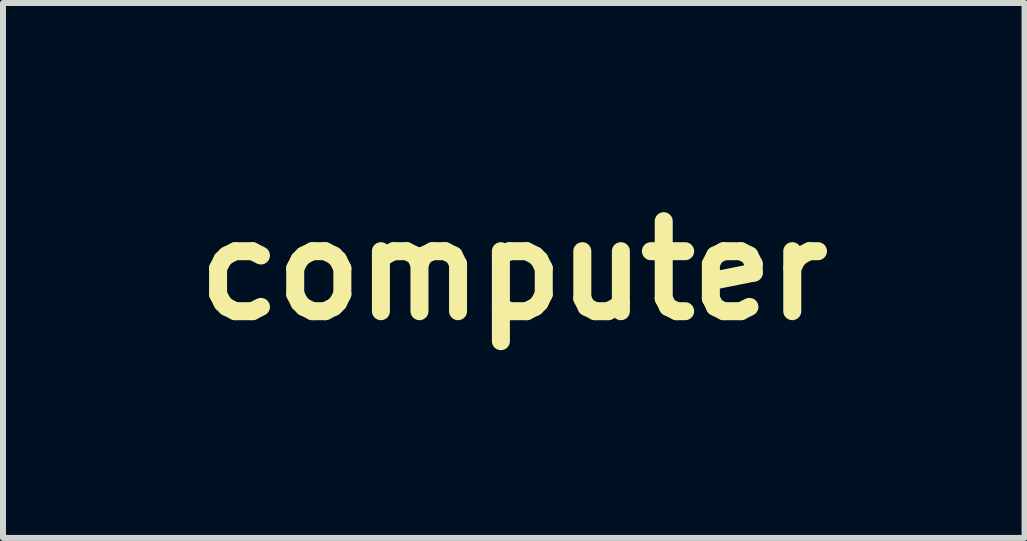
<source format=kicad_pcb>
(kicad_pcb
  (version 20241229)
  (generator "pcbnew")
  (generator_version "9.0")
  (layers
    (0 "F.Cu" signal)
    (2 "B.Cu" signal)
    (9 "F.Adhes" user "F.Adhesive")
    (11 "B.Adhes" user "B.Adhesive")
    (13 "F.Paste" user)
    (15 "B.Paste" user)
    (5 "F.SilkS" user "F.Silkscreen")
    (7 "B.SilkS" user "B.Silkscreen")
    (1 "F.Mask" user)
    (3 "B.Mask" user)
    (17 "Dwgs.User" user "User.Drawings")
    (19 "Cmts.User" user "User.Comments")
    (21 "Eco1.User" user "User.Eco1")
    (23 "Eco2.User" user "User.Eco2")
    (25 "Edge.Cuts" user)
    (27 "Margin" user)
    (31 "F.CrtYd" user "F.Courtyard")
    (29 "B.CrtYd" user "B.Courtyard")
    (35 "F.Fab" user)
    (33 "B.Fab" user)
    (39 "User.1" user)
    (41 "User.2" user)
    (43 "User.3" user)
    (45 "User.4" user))
  (footprint "computer"
    (layer "F.Cu")
    (at 5.514 1.459)
    (property "Reference" "computer" (at 0 0 0) (layer "F.SilkS") (effects (font (size 1.5 1.5) (thickness 0.3))))
    (attr board_only exclude_from_pos_files exclude_from_bom)
    (fp_poly (pts (xy -0.26 0.745) (xy -0.26 0.792) (xy -0.355 0.792) (xy -0.449 0.792) (xy -0.446 0.748) (xy -0.443 0.703) (xy -0.352 0.7) (xy -0.26 0.697)) (stroke (width 0) (type solid)) (fill yes) (layer "F.Mask"))
    (fp_poly (pts (xy -0.122 0.7) (xy -0.016 0.703) (xy -0.012 0.748) (xy -0.009 0.792) (xy -0.119 0.792) (xy -0.229 0.792) (xy -0.229 0.745) (xy -0.229 0.697)) (stroke (width 0) (type solid)) (fill yes) (layer "F.Mask"))
    (fp_poly (pts (xy -0.012 0.867) (xy -0.016 0.912) (xy -0.122 0.915) (xy -0.229 0.918) (xy -0.229 0.87) (xy -0.229 0.823) (xy -0.119 0.823) (xy -0.009 0.823)) (stroke (width 0) (type solid)) (fill yes) (layer "F.Mask"))
    (fp_poly (pts (xy 0.229 0.745) (xy 0.229 0.792) (xy 0.119 0.792) (xy 0.009 0.792) (xy 0.012 0.748) (xy 0.016 0.703) (xy 0.122 0.7) (xy 0.229 0.697)) (stroke (width 0) (type solid)) (fill yes) (layer "F.Mask"))
    (fp_poly (pts (xy -1.204 0.971) (xy -1.214 1.003) (xy -1.223 1.023) (xy -1.235 1.035) (xy -1.255 1.04) (xy -1.288 1.042) (xy -1.333 1.042) (xy -1.437 1.042) (xy -1.418 0.998) (xy -1.399 0.953) (xy -1.298 0.95) (xy -1.196 0.947)) (stroke (width 0) (type solid)) (fill yes) (layer "F.Mask"))
    (fp_poly (pts (xy -0.26 0.87) (xy -0.26 0.917) (xy -0.359 0.917) (xy -0.458 0.917) (xy -0.458 0.886) (xy -0.457 0.858) (xy -0.451 0.839) (xy -0.437 0.829) (xy -0.41 0.824) (xy -0.367 0.823) (xy -0.353 0.823) (xy -0.26 0.823)) (stroke (width 0) (type solid)) (fill yes) (layer "F.Mask"))
    (fp_poly (pts (xy 0.394 0.699) (xy 0.423 0.703) (xy 0.44 0.712) (xy 0.446 0.73) (xy 0.448 0.758) (xy 0.448 0.761) (xy 0.448 0.792) (xy 0.354 0.792) (xy 0.26 0.792) (xy 0.26 0.745) (xy 0.26 0.698) (xy 0.348 0.698)) (stroke (width 0) (type solid)) (fill yes) (layer "F.Mask"))
    (fp_poly (pts (xy 0.401 0.824) (xy 0.431 0.827) (xy 0.449 0.836) (xy 0.456 0.852) (xy 0.458 0.878) (xy 0.458 0.886) (xy 0.458 0.917) (xy 0.359 0.917) (xy 0.26 0.917) (xy 0.26 0.87) (xy 0.26 0.823) (xy 0.353 0.823)) (stroke (width 0) (type solid)) (fill yes) (layer "F.Mask"))
    (fp_poly (pts (xy 1.093 0.731) (xy 1.102 0.759) (xy 1.103 0.776) (xy 1.094 0.786) (xy 1.07 0.791) (xy 1.03 0.792) (xy 1.012 0.792) (xy 0.92 0.792) (xy 0.91 0.745) (xy 0.899 0.698) (xy 0.99 0.698) (xy 1.081 0.698)) (stroke (width 0) (type solid)) (fill yes) (layer "F.Mask"))
    (fp_poly (pts (xy 1.135 0.856) (xy 1.143 0.883) (xy 1.145 0.901) (xy 1.136 0.911) (xy 1.114 0.915) (xy 1.075 0.917) (xy 1.049 0.917) (xy 0.952 0.917) (xy 0.941 0.87) (xy 0.93 0.823) (xy 1.027 0.823) (xy 1.123 0.823)) (stroke (width 0) (type solid)) (fill yes) (layer "F.Mask"))
    (fp_poly (pts (xy 1.176 0.981) (xy 1.185 1.008) (xy 1.187 1.025) (xy 1.178 1.035) (xy 1.157 1.04) (xy 1.12 1.042) (xy 1.085 1.042) (xy 0.983 1.042) (xy 0.972 0.995) (xy 0.961 0.948) (xy 1.063 0.948) (xy 1.165 0.948)) (stroke (width 0) (type solid)) (fill yes) (layer "F.Mask"))
    (fp_poly (pts (xy -1.448 0.992) (xy -1.468 1.037) (xy -1.573 1.04) (xy -1.616 1.04) (xy -1.651 1.04) (xy -1.673 1.038) (xy -1.677 1.037) (xy -1.673 1.024) (xy -1.662 1.001) (xy -1.656 0.989) (xy -1.635 0.948) (xy -1.532 0.948) (xy -1.428 0.948)) (stroke (width 0) (type solid)) (fill yes) (layer "F.Mask"))
    (fp_poly (pts (xy -1.396 0.867) (xy -1.416 0.912) (xy -1.515 0.915) (xy -1.558 0.915) (xy -1.591 0.915) (xy -1.611 0.913) (xy -1.615 0.912) (xy -1.611 0.899) (xy -1.6 0.876) (xy -1.594 0.864) (xy -1.573 0.823) (xy -1.474 0.823) (xy -1.376 0.823)) (stroke (width 0) (type solid)) (fill yes) (layer "F.Mask"))
    (fp_poly (pts (xy -0.941 0.87) (xy -0.952 0.917) (xy -1.049 0.917) (xy -1.097 0.916) (xy -1.127 0.914) (xy -1.142 0.909) (xy -1.146 0.903) (xy -1.143 0.884) (xy -1.135 0.857) (xy -1.135 0.856) (xy -1.123 0.823) (xy -1.027 0.823) (xy -0.93 0.823)) (stroke (width 0) (type solid)) (fill yes) (layer "F.Mask"))
    (fp_poly (pts (xy -0.91 0.745) (xy -0.92 0.792) (xy -1.012 0.792) (xy -1.059 0.791) (xy -1.087 0.788) (xy -1.102 0.783) (xy -1.104 0.778) (xy -1.101 0.759) (xy -1.093 0.732) (xy -1.093 0.731) (xy -1.081 0.698) (xy -0.99 0.698) (xy -0.899 0.698)) (stroke (width 0) (type solid)) (fill yes) (layer "F.Mask"))
    (fp_poly (pts (xy 0.229 0.87) (xy 0.229 0.917) (xy 0.127 0.917) (xy 0.082 0.916) (xy 0.046 0.914) (xy 0.023 0.912) (xy 0.017 0.91) (xy 0.013 0.896) (xy 0.011 0.87) (xy 0.01 0.863) (xy 0.01 0.823) (xy 0.12 0.823) (xy 0.229 0.823)) (stroke (width 0) (type solid)) (fill yes) (layer "F.Mask"))
    (fp_poly (pts (xy -0.972 0.995) (xy -0.983 1.042) (xy -1.085 1.042) (xy -1.135 1.041) (xy -1.166 1.039) (xy -1.183 1.035) (xy -1.188 1.028) (xy -1.188 1.028) (xy -1.184 1.009) (xy -1.177 0.982) (xy -1.176 0.981) (xy -1.165 0.948) (xy -1.063 0.948) (xy -0.961 0.948)) (stroke (width 0) (type solid)) (fill yes) (layer "F.Mask"))
    (fp_poly (pts (xy 1.298 0.95) (xy 1.399 0.953) (xy 1.418 0.998) (xy 1.437 1.042) (xy 1.333 1.042) (xy 1.285 1.042) (xy 1.255 1.04) (xy 1.236 1.037) (xy 1.226 1.03) (xy 1.221 1.02) (xy 1.22 1.018) (xy 1.209 0.988) (xy 1.204 0.971) (xy 1.196 0.947)) (stroke (width 0) (type solid)) (fill yes) (layer "F.Mask"))
    (fp_poly (pts (xy 1.178 0.699) (xy 1.204 0.7) (xy 1.295 0.703) (xy 1.314 0.748) (xy 1.333 0.792) (xy 1.239 0.792) (xy 1.194 0.791) (xy 1.166 0.79) (xy 1.15 0.785) (xy 1.141 0.778) (xy 1.137 0.768) (xy 1.124 0.734) (xy 1.119 0.713) (xy 1.124 0.703) (xy 1.143 0.699)) (stroke (width 0) (type solid)) (fill yes) (layer "F.Mask"))
    (fp_poly (pts (xy 1.217 0.824) (xy 1.251 0.825) (xy 1.347 0.828) (xy 1.366 0.873) (xy 1.385 0.917) (xy 1.286 0.917) (xy 1.24 0.916) (xy 1.21 0.915) (xy 1.193 0.911) (xy 1.184 0.904) (xy 1.178 0.893) (xy 1.166 0.86) (xy 1.161 0.839) (xy 1.165 0.828) (xy 1.183 0.824)) (stroke (width 0) (type solid)) (fill yes) (layer "F.Mask"))
    (fp_poly (pts (xy -1.178 0.824) (xy -1.164 0.827) (xy -1.159 0.833) (xy -1.161 0.843) (xy -1.162 0.846) (xy -1.172 0.878) (xy -1.182 0.899) (xy -1.194 0.911) (xy -1.215 0.916) (xy -1.249 0.917) (xy -1.286 0.917) (xy -1.385 0.917) (xy -1.366 0.873) (xy -1.347 0.828) (xy -1.251 0.825) (xy -1.206 0.824)) (stroke (width 0) (type solid)) (fill yes) (layer "F.Mask"))
    (fp_poly (pts (xy -1.134 0.699) (xy -1.121 0.702) (xy -1.118 0.709) (xy -1.12 0.72) (xy -1.121 0.721) (xy -1.131 0.754) (xy -1.14 0.775) (xy -1.154 0.786) (xy -1.175 0.791) (xy -1.21 0.792) (xy -1.239 0.792) (xy -1.333 0.792) (xy -1.314 0.748) (xy -1.295 0.703) (xy -1.204 0.7) (xy -1.161 0.699)) (stroke (width 0) (type solid)) (fill yes) (layer "F.Mask"))
    (fp_poly (pts (xy -0.692 0.731) (xy -0.696 0.758) (xy -0.698 0.777) (xy -0.703 0.785) (xy -0.719 0.789) (xy -0.75 0.791) (xy -0.793 0.792) (xy -0.888 0.792) (xy -0.881 0.753) (xy -0.875 0.725) (xy -0.869 0.708) (xy -0.868 0.706) (xy -0.856 0.702) (xy -0.829 0.7) (xy -0.791 0.698) (xy -0.774 0.698) (xy -0.685 0.698)) (stroke (width 0) (type solid)) (fill yes) (layer "F.Mask"))
    (fp_poly (pts (xy 0.815 0.699) (xy 0.847 0.701) (xy 0.866 0.704) (xy 0.868 0.706) (xy 0.873 0.721) (xy 0.879 0.747) (xy 0.881 0.753) (xy 0.888 0.792) (xy 0.793 0.792) (xy 0.746 0.791) (xy 0.717 0.789) (xy 0.702 0.784) (xy 0.698 0.777) (xy 0.696 0.757) (xy 0.692 0.731) (xy 0.685 0.698) (xy 0.774 0.698)) (stroke (width 0) (type solid)) (fill yes) (layer "F.Mask"))
    (fp_poly (pts (xy -1.382 0.699) (xy -1.351 0.702) (xy -1.335 0.706) (xy -1.334 0.707) (xy -1.337 0.722) (xy -1.347 0.747) (xy -1.349 0.754) (xy -1.365 0.792) (xy -1.459 0.792) (xy -1.5 0.791) (xy -1.532 0.79) (xy -1.55 0.787) (xy -1.552 0.786) (xy -1.548 0.774) (xy -1.537 0.751) (xy -1.531 0.739) (xy -1.51 0.698) (xy -1.422 0.698)) (stroke (width 0) (type solid)) (fill yes) (layer "F.Mask"))
    (fp_poly (pts (xy -0.733 0.981) (xy -0.738 1.008) (xy -0.74 1.028) (xy -0.744 1.034) (xy -0.76 1.039) (xy -0.79 1.041) (xy -0.837 1.042) (xy -0.845 1.042) (xy -0.95 1.042) (xy -0.943 1.003) (xy -0.937 0.975) (xy -0.932 0.958) (xy -0.931 0.956) (xy -0.919 0.953) (xy -0.891 0.95) (xy -0.852 0.948) (xy -0.826 0.948) (xy -0.727 0.948)) (stroke (width 0) (type solid)) (fill yes) (layer "F.Mask"))
    (fp_poly (pts (xy -0.712 0.856) (xy -0.717 0.883) (xy -0.719 0.902) (xy -0.724 0.909) (xy -0.74 0.914) (xy -0.77 0.916) (xy -0.818 0.917) (xy -0.819 0.917) (xy -0.919 0.917) (xy -0.912 0.878) (xy -0.906 0.85) (xy -0.9 0.833) (xy -0.9 0.831) (xy -0.888 0.827) (xy -0.86 0.825) (xy -0.821 0.823) (xy -0.8 0.823) (xy -0.706 0.823)) (stroke (width 0) (type solid)) (fill yes) (layer "F.Mask"))
    (fp_poly (pts (xy 0.842 0.824) (xy 0.876 0.826) (xy 0.896 0.829) (xy 0.9 0.831) (xy 0.905 0.846) (xy 0.911 0.872) (xy 0.912 0.878) (xy 0.919 0.917) (xy 0.819 0.917) (xy 0.771 0.916) (xy 0.74 0.914) (xy 0.724 0.91) (xy 0.719 0.903) (xy 0.719 0.902) (xy 0.717 0.882) (xy 0.712 0.856) (xy 0.706 0.823) (xy 0.8 0.823)) (stroke (width 0) (type solid)) (fill yes) (layer "F.Mask"))
    (fp_poly (pts (xy 0.87 0.949) (xy 0.905 0.951) (xy 0.926 0.954) (xy 0.931 0.956) (xy 0.936 0.971) (xy 0.942 0.997) (xy 0.943 1.003) (xy 0.95 1.042) (xy 0.845 1.042) (xy 0.795 1.041) (xy 0.763 1.039) (xy 0.746 1.035) (xy 0.74 1.029) (xy 0.74 1.028) (xy 0.738 1.008) (xy 0.733 0.981) (xy 0.727 0.948) (xy 0.826 0.948)) (stroke (width 0) (type solid)) (fill yes) (layer "F.Mask"))
    (fp_poly (pts (xy 1.531 0.739) (xy 1.544 0.765) (xy 1.552 0.783) (xy 1.552 0.786) (xy 1.543 0.789) (xy 1.517 0.791) (xy 1.48 0.792) (xy 1.459 0.792) (xy 1.365 0.792) (xy 1.349 0.754) (xy 1.339 0.728) (xy 1.334 0.709) (xy 1.334 0.707) (xy 1.343 0.703) (xy 1.369 0.7) (xy 1.406 0.698) (xy 1.422 0.698) (xy 1.51 0.698)) (stroke (width 0) (type solid)) (fill yes) (layer "F.Mask"))
    (fp_poly (pts (xy -0.516 0.698) (xy -0.489 0.7) (xy -0.475 0.703) (xy -0.471 0.709) (xy -0.472 0.72) (xy -0.473 0.721) (xy -0.478 0.752) (xy -0.479 0.768) (xy -0.48 0.779) (xy -0.486 0.786) (xy -0.501 0.79) (xy -0.529 0.792) (xy -0.573 0.792) (xy -0.62 0.791) (xy -0.649 0.789) (xy -0.663 0.784) (xy -0.667 0.777) (xy -0.665 0.757) (xy -0.66 0.731) (xy -0.654 0.698) (xy -0.56 0.698)) (stroke (width 0) (type solid)) (fill yes) (layer "F.Mask"))
    (fp_poly (pts (xy 0.66 0.731) (xy 0.665 0.759) (xy 0.665 0.777) (xy 0.656 0.787) (xy 0.634 0.791) (xy 0.596 0.792) (xy 0.573 0.792) (xy 0.529 0.792) (xy 0.501 0.79) (xy 0.486 0.786) (xy 0.48 0.779) (xy 0.479 0.768) (xy 0.476 0.738) (xy 0.473 0.721) (xy 0.471 0.71) (xy 0.474 0.703) (xy 0.487 0.7) (xy 0.512 0.698) (xy 0.554 0.698) (xy 0.56 0.698) (xy 0.654 0.698)) (stroke (width 0) (type solid)) (fill yes) (layer "F.Mask"))
    (fp_poly (pts (xy -0.53 0.823) (xy -0.501 0.824) (xy -0.486 0.828) (xy -0.481 0.833) (xy -0.482 0.843) (xy -0.483 0.846) (xy -0.488 0.877) (xy -0.49 0.893) (xy -0.491 0.904) (xy -0.496 0.911) (xy -0.511 0.915) (xy -0.537 0.916) (xy -0.58 0.917) (xy -0.589 0.917) (xy -0.637 0.916) (xy -0.667 0.914) (xy -0.683 0.909) (xy -0.688 0.902) (xy -0.686 0.882) (xy -0.681 0.856) (xy -0.675 0.823) (xy -0.576 0.823)) (stroke (width 0) (type solid)) (fill yes) (layer "F.Mask"))
    (fp_poly (pts (xy 0.681 0.856) (xy 0.686 0.883) (xy 0.686 0.901) (xy 0.677 0.911) (xy 0.656 0.916) (xy 0.62 0.917) (xy 0.589 0.917) (xy 0.543 0.917) (xy 0.514 0.915) (xy 0.498 0.912) (xy 0.491 0.906) (xy 0.49 0.895) (xy 0.49 0.893) (xy 0.487 0.863) (xy 0.483 0.846) (xy 0.481 0.836) (xy 0.484 0.829) (xy 0.496 0.825) (xy 0.521 0.823) (xy 0.562 0.823) (xy 0.576 0.823) (xy 0.675 0.823)) (stroke (width 0) (type solid)) (fill yes) (layer "F.Mask"))
    (fp_poly (pts (xy 0.702 0.981) (xy 0.707 1.008) (xy 0.707 1.026) (xy 0.699 1.036) (xy 0.678 1.04) (xy 0.643 1.042) (xy 0.604 1.042) (xy 0.557 1.042) (xy 0.527 1.04) (xy 0.51 1.037) (xy 0.502 1.032) (xy 0.5 1.022) (xy 0.5 1.018) (xy 0.497 0.988) (xy 0.494 0.972) (xy 0.491 0.961) (xy 0.494 0.954) (xy 0.506 0.95) (xy 0.53 0.949) (xy 0.57 0.948) (xy 0.591 0.948) (xy 0.695 0.948)) (stroke (width 0) (type solid)) (fill yes) (layer "F.Mask"))
    (fp_poly (pts (xy -0.544 0.948) (xy -0.514 0.949) (xy -0.498 0.952) (xy -0.492 0.958) (xy -0.492 0.967) (xy -0.494 0.972) (xy -0.499 1.002) (xy -0.5 1.018) (xy -0.501 1.029) (xy -0.506 1.036) (xy -0.52 1.04) (xy -0.546 1.041) (xy -0.588 1.042) (xy -0.604 1.042) (xy -0.654 1.041) (xy -0.686 1.039) (xy -0.703 1.035) (xy -0.708 1.028) (xy -0.708 1.028) (xy -0.706 1.008) (xy -0.702 0.981) (xy -0.695 0.948) (xy -0.591 0.948)) (stroke (width 0) (type solid)) (fill yes) (layer "F.Mask"))
    (fp_poly (pts (xy 1.571 -1.423) (xy 1.61 -1.387) (xy 1.612 -0.428) (xy 1.615 0.531) (xy 0 0.531) (xy -1.615 0.531) (xy -1.612 -0.428) (xy -1.612 -0.464) (xy -1.49 -0.464) (xy -1.49 0.406) (xy 0 0.406) (xy 1.49 0.406) (xy 1.49 -0.464) (xy 1.49 -1.334) (xy 0 -1.334) (xy -1.49 -1.334) (xy -1.49 -0.464) (xy -1.612 -0.464) (xy -1.61 -1.387) (xy -1.571 -1.423) (xy -1.532 -1.459) (xy 0 -1.459) (xy 1.532 -1.459)) (stroke (width 0) (type solid)) (fill yes) (layer "F.Mask"))
    (fp_poly (pts (xy 1.594 0.864) (xy 1.607 0.89) (xy 1.614 0.908) (xy 1.615 0.911) (xy 1.605 0.914) (xy 1.579 0.916) (xy 1.541 0.917) (xy 1.516 0.917) (xy 1.47 0.917) (xy 1.44 0.915) (xy 1.423 0.911) (xy 1.413 0.904) (xy 1.407 0.893) (xy 1.406 0.89) (xy 1.394 0.862) (xy 1.385 0.843) (xy 1.381 0.834) (xy 1.384 0.828) (xy 1.397 0.825) (xy 1.424 0.823) (xy 1.467 0.823) (xy 1.474 0.823) (xy 1.573 0.823)) (stroke (width 0) (type solid)) (fill yes) (layer "F.Mask"))
    (fp_poly (pts (xy 1.656 0.989) (xy 1.669 1.015) (xy 1.677 1.033) (xy 1.677 1.036) (xy 1.668 1.039) (xy 1.642 1.04) (xy 1.603 1.042) (xy 1.573 1.042) (xy 1.525 1.042) (xy 1.495 1.04) (xy 1.476 1.037) (xy 1.466 1.031) (xy 1.46 1.02) (xy 1.458 1.015) (xy 1.446 0.987) (xy 1.437 0.968) (xy 1.434 0.959) (xy 1.436 0.953) (xy 1.449 0.95) (xy 1.475 0.948) (xy 1.517 0.948) (xy 1.531 0.948) (xy 1.635 0.948)) (stroke (width 0) (type solid)) (fill yes) (layer "F.Mask"))
    (fp_poly (pts (xy -0.047 0.948) (xy 0 0.948) (xy 0.111 0.948) (xy 0.203 0.948) (xy 0.278 0.948) (xy 0.338 0.949) (xy 0.383 0.951) (xy 0.417 0.954) (xy 0.441 0.958) (xy 0.456 0.963) (xy 0.465 0.97) (xy 0.468 0.98) (xy 0.469 0.991) (xy 0.469 1.005) (xy 0.469 1.011) (xy 0.469 1.042) (xy 0 1.042) (xy -0.469 1.042) (xy -0.469 1.011) (xy -0.469 0.996) (xy -0.469 0.984) (xy -0.467 0.974) (xy -0.46 0.966) (xy -0.448 0.96) (xy -0.428 0.955) (xy -0.398 0.952) (xy -0.358 0.95) (xy -0.304 0.949) (xy -0.235 0.948) (xy -0.151 0.948)) (stroke (width 0) (type solid)) (fill yes) (layer "F.Mask"))
    (fp_poly (pts (xy 1.803 0.971) (xy 1.851 1.066) (xy 1.89 1.145) (xy 1.921 1.208) (xy 1.945 1.258) (xy 1.962 1.298) (xy 1.974 1.327) (xy 1.982 1.35) (xy 1.986 1.366) (xy 1.987 1.379) (xy 1.986 1.385) (xy 1.976 1.416) (xy 1.959 1.439) (xy 1.958 1.44) (xy 1.954 1.443) (xy 1.949 1.445) (xy 1.941 1.446) (xy 1.928 1.448) (xy 1.912 1.45) (xy 1.89 1.451) (xy 1.861 1.452) (xy 1.825 1.453) (xy 1.781 1.454) (xy 1.728 1.455) (xy 1.665 1.456) (xy 1.591 1.456) (xy 1.506 1.457) (xy 1.407 1.457) (xy 1.296 1.458) (xy 1.169 1.458) (xy 1.028 1.458) (xy 0.87 1.458) (xy 0.696 1.458) (xy 0.503 1.459) (xy 0.292 1.459) (xy 0.061 1.459) (xy 0 1.459) (xy -0.236 1.459) (xy -0.452 1.459) (xy -0.65 1.458) (xy -0.829 1.458) (xy -0.99 1.458) (xy -1.136 1.458) (xy -1.266 1.458) (xy -1.381 1.457) (xy -1.482 1.457) (xy -1.571 1.457) (xy -1.648 1.456) (xy -1.713 1.455) (xy -1.769 1.455) (xy -1.815 1.454) (xy -1.853 1.453) (xy -1.883 1.451) (xy -1.907 1.45) (xy -1.925 1.449) (xy -1.938 1.447) (xy -1.947 1.445) (xy -1.953 1.443) (xy -1.957 1.441) (xy -1.958 1.44) (xy -1.975 1.418) (xy -1.986 1.387) (xy -1.986 1.385) (xy -1.987 1.374) (xy -1.985 1.36) (xy -1.98 1.342) (xy -1.97 1.317) (xy -1.956 1.283) (xy -1.955 1.28) (xy -0.487 1.28) (xy -0.486 1.287) (xy -0.482 1.29) (xy -0.474 1.294) (xy -0.459 1.296) (xy -0.436 1.298) (xy -0.402 1.299) (xy -0.357 1.3) (xy -0.298 1.301) (xy -0.223 1.301) (xy -0.132 1.3) (xy -0.022 1.3) (xy 0.002 1.3) (xy 0.484 1.297) (xy 0.482 1.235) (xy 0.478 1.197) (xy 0.471 1.163) (xy 0.466 1.147) (xy 0.453 1.12) (xy 0.004 1.117) (xy -0.107 1.117) (xy -0.199 1.116) (xy -0.274 1.117) (xy -0.333 1.117) (xy -0.379 1.118) (xy -0.412 1.12) (xy -0.435 1.122) (xy -0.449 1.125) (xy -0.456 1.128) (xy -0.457 1.129) (xy -0.466 1.148) (xy -0.475 1.181) (xy -0.482 1.218) (xy -0.487 1.254) (xy -0.487 1.28) (xy -1.955 1.28) (xy -1.936 1.24) (xy -1.909 1.184) (xy -1.875 1.115) (xy -1.846 1.057) (xy -1.719 1.057) (xy -1.717 1.059) (xy -1.712 1.061) (xy -1.701 1.063) (xy -1.685 1.064) (xy -1.662 1.066) (xy -1.632 1.067) (xy -1.593 1.068) (xy -1.545 1.069) (xy -1.487 1.07) (xy -1.417 1.071) (xy -1.335 1.071) (xy -1.24 1.072) (xy -1.132 1.072) (xy -1.008 1.072) (xy -0.869 1.073) (xy -0.713 1.073) (xy -0.539 1.073) (xy -0.347 1.073) (xy -0.136 1.073) (xy 0 1.073) (xy 0.223 1.073) (xy 0.427 1.073) (xy 0.611 1.073) (xy 0.778 1.073) (xy 0.927 1.073) (xy 1.06 1.072) (xy 1.177 1.072) (xy 1.28 1.072) (xy 1.37 1.071) (xy 1.446 1.07) (xy 1.511 1.07) (xy 1.566 1.069) (xy 1.61 1.068) (xy 1.645 1.067) (xy 1.672 1.065) (xy 1.692 1.064) (xy 1.706 1.062) (xy 1.715 1.061) (xy 1.718 1.059) (xy 1.719 1.057) (xy 1.715 1.044) (xy 1.702 1.014) (xy 1.683 0.973) (xy 1.658 0.922) (xy 1.63 0.864) (xy 1.625 0.854) (xy 1.531 0.667) (xy 0 0.667) (xy -1.531 0.667) (xy -1.625 0.854) (xy -1.654 0.912) (xy -1.679 0.964) (xy -1.699 1.008) (xy -1.713 1.04) (xy -1.719 1.056) (xy -1.719 1.057) (xy -1.846 1.057) (xy -1.833 1.03) (xy -1.803 0.971) (xy -1.615 0.594) (xy 0 0.594) (xy 1.615 0.594)) (stroke (width 0) (type solid)) (fill yes) (layer "F.Mask")))
  (gr_rect
    (start -3 -3)
    (end 14.029 5.917)
    (stroke (width 0.1) (type default))
    (fill no)
    (layer "Edge.Cuts")))
</source>
